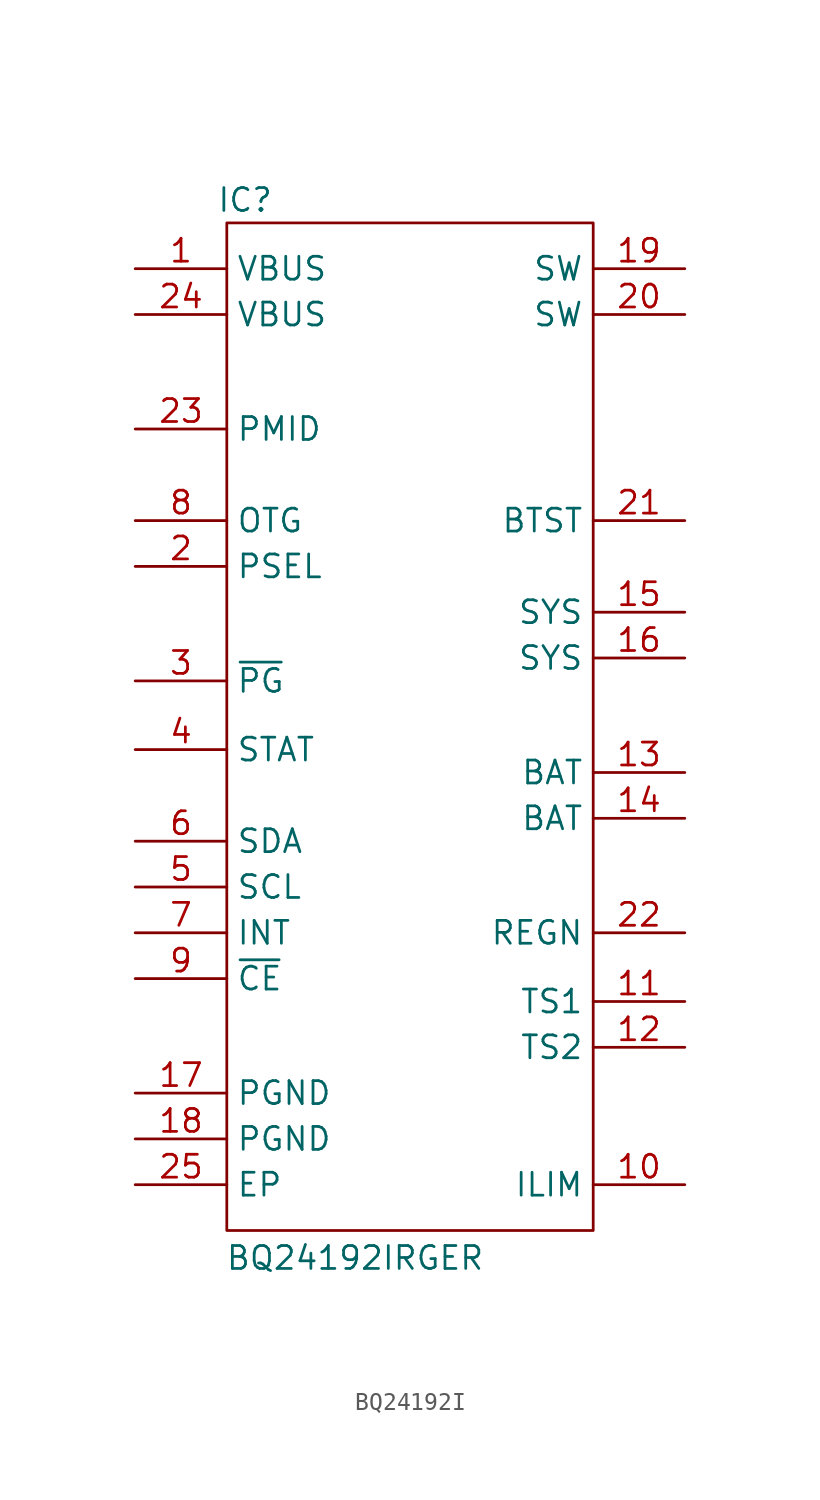
<source format=kicad_sym>
(kicad_symbol_lib
  (version 20231120)
  (generator "kicad_symbol_editor")
  (generator_version "8.0")
  (symbol "BQ24192I"
    (property "Reference" "IC"
      (at -4.064 1.27 0)
      (effects (font (size 1.27 1.27))))
    (property "Value" "BQ24192IRGER"
      (at 2.032 -57.404 0)
      (effects (font (size 1.27 1.27))))
    (symbol "BQ24192I_0_1"
      (rectangle (start -5.08 0) (end 15.24 -55.88) (stroke (width 0) (type default)) (fill (type none))))
    (symbol "BQ24192I_1_1"
      (pin power_in line (at -10.16 -2.54 0) (length 5.08) (name "VBUS" (effects (font (size 1.27 1.27)))) (number "1" (effects (font (size 1.27 1.27)))))
      (pin output line (at 20.32 -53.34 180) (length 5.08) (name "ILIM" (effects (font (size 1.27 1.27)))) (number "10" (effects (font (size 1.27 1.27)))))
      (pin output line (at 20.32 -43.18 180) (length 5.08) (name "TS1" (effects (font (size 1.27 1.27)))) (number "11" (effects (font (size 1.27 1.27)))))
      (pin output line (at 20.32 -45.72 180) (length 5.08) (name "TS2" (effects (font (size 1.27 1.27)))) (number "12" (effects (font (size 1.27 1.27)))))
      (pin output line (at 20.32 -30.48 180) (length 5.08) (name "BAT" (effects (font (size 1.27 1.27)))) (number "13" (effects (font (size 1.27 1.27)))))
      (pin output line (at 20.32 -33.02 180) (length 5.08) (name "BAT" (effects (font (size 1.27 1.27)))) (number "14" (effects (font (size 1.27 1.27)))))
      (pin output line (at 20.32 -21.59 180) (length 5.08) (name "SYS" (effects (font (size 1.27 1.27)))) (number "15" (effects (font (size 1.27 1.27)))))
      (pin output line (at 20.32 -24.13 180) (length 5.08) (name "SYS" (effects (font (size 1.27 1.27)))) (number "16" (effects (font (size 1.27 1.27)))))
      (pin power_in line (at -10.16 -48.26 0) (length 5.08) (name "PGND" (effects (font (size 1.27 1.27)))) (number "17" (effects (font (size 1.27 1.27)))))
      (pin power_in line (at -10.16 -50.8 0) (length 5.08) (name "PGND" (effects (font (size 1.27 1.27)))) (number "18" (effects (font (size 1.27 1.27)))))
      (pin output line (at 20.32 -2.54 180) (length 5.08) (name "SW" (effects (font (size 1.27 1.27)))) (number "19" (effects (font (size 1.27 1.27)))))
      (pin passive line (at -10.16 -19.05 0) (length 5.08) (name "PSEL" (effects (font (size 1.27 1.27)))) (number "2" (effects (font (size 1.27 1.27)))))
      (pin output line (at 20.32 -5.08 180) (length 5.08) (name "SW" (effects (font (size 1.27 1.27)))) (number "20" (effects (font (size 1.27 1.27)))))
      (pin output line (at 20.32 -16.51 180) (length 5.08) (name "BTST" (effects (font (size 1.27 1.27)))) (number "21" (effects (font (size 1.27 1.27)))))
      (pin output line (at 20.32 -39.37 180) (length 5.08) (name "REGN" (effects (font (size 1.27 1.27)))) (number "22" (effects (font (size 1.27 1.27)))))
      (pin passive line (at -10.16 -11.43 0) (length 5.08) (name "PMID" (effects (font (size 1.27 1.27)))) (number "23" (effects (font (size 1.27 1.27)))))
      (pin power_in line (at -10.16 -5.08 0) (length 5.08) (name "VBUS" (effects (font (size 1.27 1.27)))) (number "24" (effects (font (size 1.27 1.27)))))
      (pin power_in line (at -10.16 -53.34 0) (length 5.08) (name "EP" (effects (font (size 1.27 1.27)))) (number "25" (effects (font (size 1.27 1.27)))))
      (pin passive line (at -10.16 -25.4 0) (length 5.08) (name "~{PG}" (effects (font (size 1.27 1.27)))) (number "3" (effects (font (size 1.27 1.27)))))
      (pin passive line (at -10.16 -29.21 0) (length 5.08) (name "STAT" (effects (font (size 1.27 1.27)))) (number "4" (effects (font (size 1.27 1.27)))))
      (pin bidirectional line (at -10.16 -36.83 0) (length 5.08) (name "SCL" (effects (font (size 1.27 1.27)))) (number "5" (effects (font (size 1.27 1.27)))))
      (pin bidirectional line (at -10.16 -34.29 0) (length 5.08) (name "SDA" (effects (font (size 1.27 1.27)))) (number "6" (effects (font (size 1.27 1.27)))))
      (pin input line (at -10.16 -39.37 0) (length 5.08) (name "INT" (effects (font (size 1.27 1.27)))) (number "7" (effects (font (size 1.27 1.27)))))
      (pin passive line (at -10.16 -16.51 0) (length 5.08) (name "OTG" (effects (font (size 1.27 1.27)))) (number "8" (effects (font (size 1.27 1.27)))))
      (pin input line (at -10.16 -41.91 0) (length 5.08) (name "~{CE}" (effects (font (size 1.27 1.27)))) (number "9" (effects (font (size 1.27 1.27))))))))
</source>
